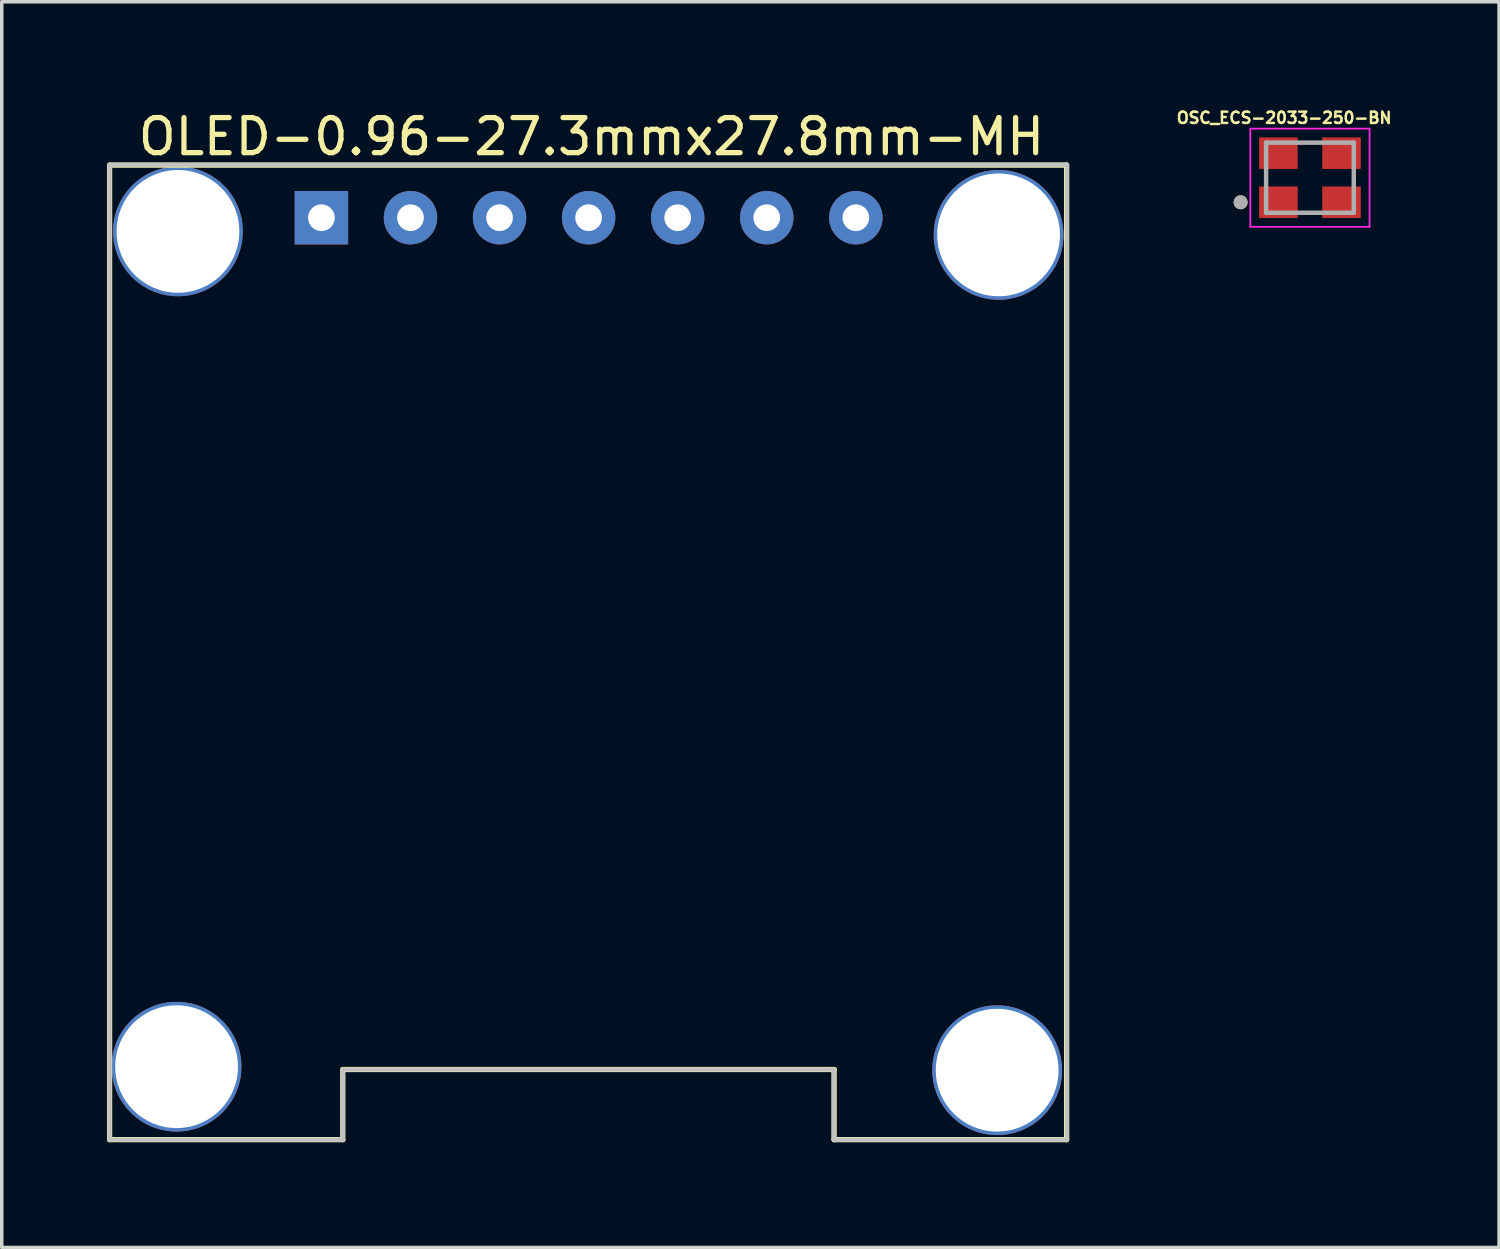
<source format=kicad_pcb>
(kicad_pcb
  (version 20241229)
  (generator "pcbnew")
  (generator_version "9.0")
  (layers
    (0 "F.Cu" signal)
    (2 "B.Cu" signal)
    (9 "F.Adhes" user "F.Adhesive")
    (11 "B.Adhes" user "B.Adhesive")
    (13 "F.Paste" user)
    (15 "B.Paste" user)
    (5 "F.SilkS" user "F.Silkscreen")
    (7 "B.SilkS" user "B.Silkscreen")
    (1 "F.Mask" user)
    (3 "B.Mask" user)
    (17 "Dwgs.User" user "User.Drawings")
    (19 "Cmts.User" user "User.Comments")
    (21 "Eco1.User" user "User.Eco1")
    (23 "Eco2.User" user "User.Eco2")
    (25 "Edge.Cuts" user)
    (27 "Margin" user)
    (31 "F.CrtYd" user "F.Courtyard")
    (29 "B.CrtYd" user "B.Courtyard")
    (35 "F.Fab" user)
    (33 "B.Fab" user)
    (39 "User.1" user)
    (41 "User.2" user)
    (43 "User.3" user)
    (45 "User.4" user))
  (footprint "OLED-0.96-27.3mmx27.8mm-MH"
    (layer "F.Cu")
    (at 14.295 13.998)
    (property "Reference" "OLED-0.96-27.3mmx27.8mm-MH" (at -0.48 -13.15 0) (layer "F.SilkS") (effects (font (size 1 1) (thickness 0.15))))
    (attr through_hole)
    (fp_line (start -14.22 15.45) (end -14.22 -12.34) (stroke (width 0.15) (type solid)) (layer "F.SilkS"))
    (fp_line (start -14.21 -12.34) (end 13.07 -12.34) (stroke (width 0.15) (type solid)) (layer "F.SilkS"))
    (fp_line (start -7.57 13.45) (end -7.57 15.45) (stroke (width 0.15) (type solid)) (layer "F.SilkS"))
    (fp_line (start -7.57 15.45) (end -14.22 15.45) (stroke (width 0.15) (type solid)) (layer "F.SilkS"))
    (fp_line (start 6.44 13.45) (end -7.57 13.45) (stroke (width 0.15) (type solid)) (layer "F.SilkS"))
    (fp_line (start 6.44 15.45) (end 6.44 13.45) (stroke (width 0.15) (type solid)) (layer "F.SilkS"))
    (fp_line (start 13.07 -12.34) (end 13.07 15.45) (stroke (width 0.15) (type solid)) (layer "F.SilkS"))
    (fp_line (start 13.07 15.45) (end 6.44 15.45) (stroke (width 0.15) (type solid)) (layer "F.SilkS"))
    (fp_line (start -14.22 -12.35) (end 13.08 -12.35) (stroke (width 0.12) (type solid)) (layer "Dwgs.User"))
    (fp_line (start -14.22 15.45) (end -14.22 -12.35) (stroke (width 0.12) (type solid)) (layer "Dwgs.User"))
    (fp_line (start -7.57 13.45) (end -7.57 15.45) (stroke (width 0.12) (type solid)) (layer "Dwgs.User"))
    (fp_line (start -7.57 15.45) (end -14.22 15.45) (stroke (width 0.12) (type solid)) (layer "Dwgs.User"))
    (fp_line (start 6.43 13.45) (end -7.57 13.45) (stroke (width 0.12) (type solid)) (layer "Dwgs.User"))
    (fp_line (start 6.43 15.45) (end 6.43 13.45) (stroke (width 0.12) (type solid)) (layer "Dwgs.User"))
    (fp_line (start 13.08 -12.35) (end 13.08 15.45) (stroke (width 0.12) (type solid)) (layer "Dwgs.User"))
    (fp_line (start 13.08 15.45) (end 6.43 15.45) (stroke (width 0.12) (type solid)) (layer "Dwgs.User"))
    (pad "1" thru_hole rect (at -8.18 -10.84) (size 1.524 1.524) (drill 0.762) (layers "*.Cu" "*.Mask"))
    (pad "2" thru_hole circle (at -5.64 -10.84) (size 1.524 1.524) (drill 0.762) (layers "*.Cu" "*.Mask"))
    (pad "3" thru_hole circle (at -3.1 -10.84) (size 1.524 1.524) (drill 0.762) (layers "*.Cu" "*.Mask"))
    (pad "4" thru_hole circle (at -0.56 -10.84) (size 1.524 1.524) (drill 0.762) (layers "*.Cu" "*.Mask"))
    (pad "5" thru_hole circle (at 1.98 -10.84) (size 1.524 1.524) (drill 0.762) (layers "*.Cu" "*.Mask"))
    (pad "6" thru_hole circle (at 4.52 -10.84) (size 1.524 1.524) (drill 0.762) (layers "*.Cu" "*.Mask"))
    (pad "7" thru_hole circle (at 7.06 -10.84) (size 1.524 1.524) (drill 0.762) (layers "*.Cu" "*.Mask"))
    (pad "8" thru_hole circle (at -12.31 13.37) (size 3.7 3.7) (drill 3.5) (layers "*.Cu" "*.Mask"))
    (pad "8" thru_hole circle (at -12.27 -10.45) (size 3.7 3.7) (drill 3.5) (layers "*.Cu" "*.Mask"))
    (pad "8" thru_hole circle (at 11.09 13.47) (size 3.7 3.7) (drill 3.5) (layers "*.Cu" "*.Mask"))
    (pad "8" thru_hole circle (at 11.13 -10.35) (size 3.7 3.7) (drill 3.5) (layers "*.Cu" "*.Mask")))
  (footprint "OSC_ECS-2033-250-BN"
    (layer "F.Cu")
    (at 34.304 2.018)
    (property "Reference" "OSC_ECS-2033-250-BN" (at -0.736 -1.708 0) (layer "F.SilkS") (effects (font (size 0.321 0.321) (thickness 0.07))))
    (attr smd)
    (fp_circle (center -1.977 0.7) (end -1.877 0.7) (stroke (width 0.2) (type solid)) (fill no) (layer "F.SilkS"))
    (fp_line (start -1.7 -1.4) (end 1.7 -1.4) (stroke (width 0.05) (type solid)) (layer "F.CrtYd"))
    (fp_line (start -1.7 1.4) (end -1.7 -1.4) (stroke (width 0.05) (type solid)) (layer "F.CrtYd"))
    (fp_line (start 1.7 -1.4) (end 1.7 1.4) (stroke (width 0.05) (type solid)) (layer "F.CrtYd"))
    (fp_line (start 1.7 1.4) (end -1.7 1.4) (stroke (width 0.05) (type solid)) (layer "F.CrtYd"))
    (fp_line (start -1.25 -1) (end 1.25 -1) (stroke (width 0.127) (type solid)) (layer "F.Fab"))
    (fp_line (start -1.25 1) (end -1.25 -1) (stroke (width 0.127) (type solid)) (layer "F.Fab"))
    (fp_line (start 1.25 -1) (end 1.25 1) (stroke (width 0.127) (type solid)) (layer "F.Fab"))
    (fp_line (start 1.25 1) (end -1.25 1) (stroke (width 0.127) (type solid)) (layer "F.Fab"))
    (fp_circle (center -1.977 0.7) (end -1.877 0.7) (stroke (width 0.2) (type solid)) (fill no) (layer "F.Fab"))
    (pad "1" smd rect (at -0.9 0.7) (size 1.1 0.9) (layers "F.Cu" "F.Mask" "F.Paste"))
    (pad "2" smd rect (at 0.9 0.7) (size 1.1 0.9) (layers "F.Cu" "F.Mask" "F.Paste"))
    (pad "3" smd rect (at 0.9 -0.7) (size 1.1 0.9) (layers "F.Cu" "F.Mask" "F.Paste"))
    (pad "4" smd rect (at -0.9 -0.7) (size 1.1 0.9) (layers "F.Cu" "F.Mask" "F.Paste")))
  (gr_rect
    (start -3 -3)
    (end 39.697 32.523)
    (stroke (width 0.1) (type default))
    (fill no)
    (layer "Edge.Cuts")))
</source>
